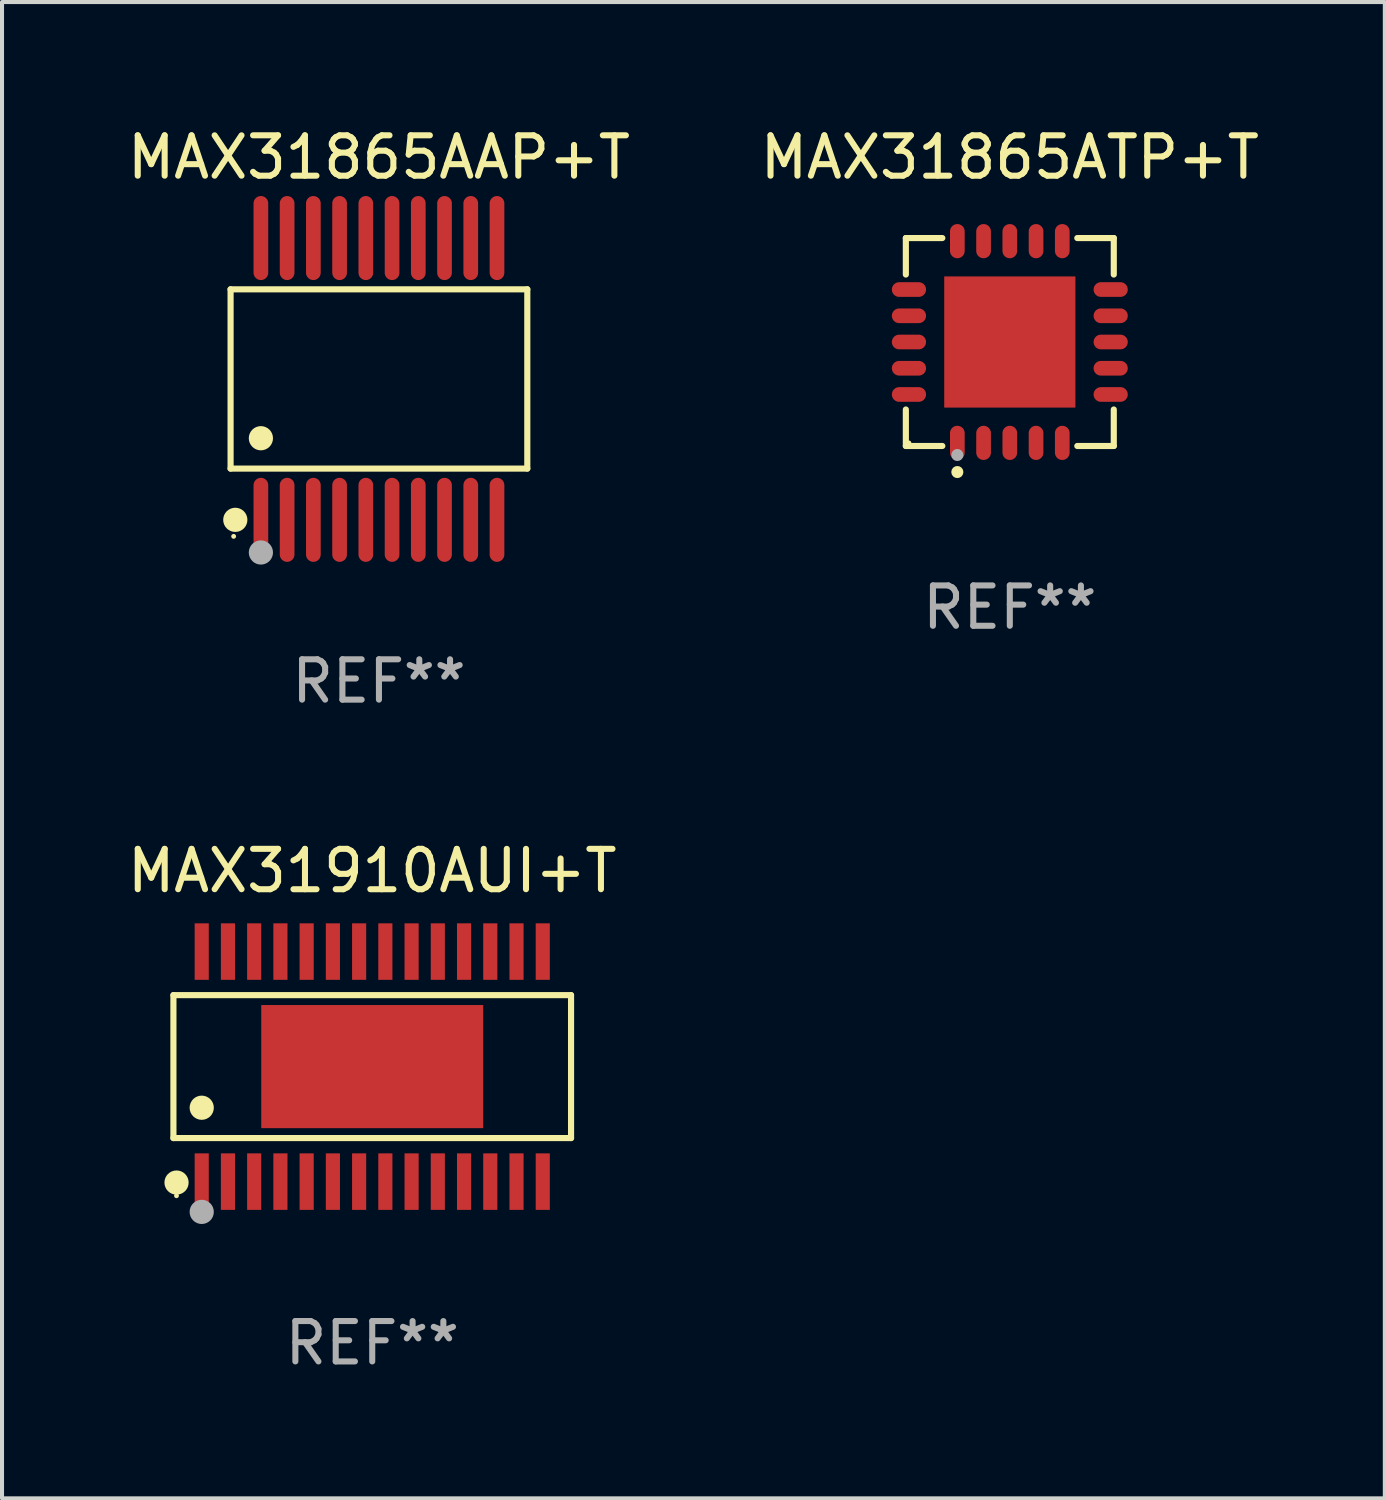
<source format=kicad_pcb>
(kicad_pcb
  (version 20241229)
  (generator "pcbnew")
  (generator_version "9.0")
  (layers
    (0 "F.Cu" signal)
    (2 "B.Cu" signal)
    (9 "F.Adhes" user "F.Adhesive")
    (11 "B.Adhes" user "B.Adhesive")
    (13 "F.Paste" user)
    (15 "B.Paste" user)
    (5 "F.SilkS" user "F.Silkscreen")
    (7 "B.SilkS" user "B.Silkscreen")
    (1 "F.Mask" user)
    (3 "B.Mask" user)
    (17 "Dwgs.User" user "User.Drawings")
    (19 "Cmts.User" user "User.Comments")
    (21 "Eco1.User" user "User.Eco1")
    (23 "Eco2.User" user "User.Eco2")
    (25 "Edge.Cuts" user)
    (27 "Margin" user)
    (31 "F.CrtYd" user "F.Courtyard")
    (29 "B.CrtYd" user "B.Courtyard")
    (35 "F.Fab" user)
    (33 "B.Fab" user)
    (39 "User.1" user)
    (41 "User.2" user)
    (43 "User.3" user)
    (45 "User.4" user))
  (footprint "MAX31910AUI+T"
    (layer "F.Cu")
    (at 6.173 23.377)
    (property "Reference" "MAX31910AUI+T" (at 0 -4.85 0) (layer "F.SilkS") (effects (font (size 1 1) (thickness 0.15))))
    (attr through_hole)
    (fp_line (start -4.926 -1.771) (end 4.926 -1.771) (stroke (width 0.152) (type solid)) (layer "F.SilkS"))
    (fp_line (start -4.926 1.771) (end -4.926 -1.771) (stroke (width 0.152) (type solid)) (layer "F.SilkS"))
    (fp_line (start 4.926 -1.771) (end 4.926 1.771) (stroke (width 0.152) (type solid)) (layer "F.SilkS"))
    (fp_line (start 4.926 1.771) (end -4.926 1.771) (stroke (width 0.152) (type solid)) (layer "F.SilkS"))
    (fp_circle (center -4.85 3.2) (end -4.82 3.2) (stroke (width 0.06) (type solid)) (fill no) (layer "F.SilkS"))
    (fp_circle (center -4.849 2.873) (end -4.699 2.873) (stroke (width 0.3) (type solid)) (fill no) (layer "F.SilkS"))
    (fp_circle (center -4.225 1.019) (end -4.075 1.019) (stroke (width 0.3) (type solid)) (fill no) (layer "F.SilkS"))
    (fp_circle (center -4.225 3.6) (end -4.075 3.6) (stroke (width 0.3) (type solid)) (fill no) (layer "F.Fab"))
    (fp_text user "REF**" (at 0 6.85 0) (layer "F.Fab") (effects (font (size 1 1) (thickness 0.15))))
    (pad "1" smd rect (at -4.225 2.85) (size 0.35 1.4) (layers "F.Cu" "F.Mask" "F.Paste"))
    (pad "2" smd rect (at -3.575 2.85) (size 0.35 1.4) (layers "F.Cu" "F.Mask" "F.Paste"))
    (pad "3" smd rect (at -2.925 2.85) (size 0.35 1.4) (layers "F.Cu" "F.Mask" "F.Paste"))
    (pad "4" smd rect (at -2.275 2.85) (size 0.35 1.4) (layers "F.Cu" "F.Mask" "F.Paste"))
    (pad "5" smd rect (at -1.625 2.85) (size 0.35 1.4) (layers "F.Cu" "F.Mask" "F.Paste"))
    (pad "6" smd rect (at -0.975 2.85) (size 0.35 1.4) (layers "F.Cu" "F.Mask" "F.Paste"))
    (pad "7" smd rect (at -0.325 2.85) (size 0.35 1.4) (layers "F.Cu" "F.Mask" "F.Paste"))
    (pad "8" smd rect (at 0.325 2.85) (size 0.35 1.4) (layers "F.Cu" "F.Mask" "F.Paste"))
    (pad "9" smd rect (at 0.975 2.85) (size 0.35 1.4) (layers "F.Cu" "F.Mask" "F.Paste"))
    (pad "10" smd rect (at 1.625 2.85) (size 0.35 1.4) (layers "F.Cu" "F.Mask" "F.Paste"))
    (pad "11" smd rect (at 2.275 2.85) (size 0.35 1.4) (layers "F.Cu" "F.Mask" "F.Paste"))
    (pad "12" smd rect (at 2.925 2.85) (size 0.35 1.4) (layers "F.Cu" "F.Mask" "F.Paste"))
    (pad "13" smd rect (at 3.575 2.85) (size 0.35 1.4) (layers "F.Cu" "F.Mask" "F.Paste"))
    (pad "14" smd rect (at 4.225 2.85) (size 0.35 1.4) (layers "F.Cu" "F.Mask" "F.Paste"))
    (pad "15" smd rect (at 4.225 -2.85) (size 0.35 1.4) (layers "F.Cu" "F.Mask" "F.Paste"))
    (pad "16" smd rect (at 3.575 -2.85) (size 0.35 1.4) (layers "F.Cu" "F.Mask" "F.Paste"))
    (pad "17" smd rect (at 2.925 -2.85) (size 0.35 1.4) (layers "F.Cu" "F.Mask" "F.Paste"))
    (pad "18" smd rect (at 2.275 -2.85) (size 0.35 1.4) (layers "F.Cu" "F.Mask" "F.Paste"))
    (pad "19" smd rect (at 1.625 -2.85) (size 0.35 1.4) (layers "F.Cu" "F.Mask" "F.Paste"))
    (pad "20" smd rect (at 0.975 -2.85) (size 0.35 1.4) (layers "F.Cu" "F.Mask" "F.Paste"))
    (pad "21" smd rect (at 0.325 -2.85) (size 0.35 1.4) (layers "F.Cu" "F.Mask" "F.Paste"))
    (pad "22" smd rect (at -0.325 -2.85) (size 0.35 1.4) (layers "F.Cu" "F.Mask" "F.Paste"))
    (pad "23" smd rect (at -0.975 -2.85) (size 0.35 1.4) (layers "F.Cu" "F.Mask" "F.Paste"))
    (pad "24" smd rect (at -1.625 -2.85) (size 0.35 1.4) (layers "F.Cu" "F.Mask" "F.Paste"))
    (pad "25" smd rect (at -2.275 -2.85) (size 0.35 1.4) (layers "F.Cu" "F.Mask" "F.Paste"))
    (pad "26" smd rect (at -2.925 -2.85) (size 0.35 1.4) (layers "F.Cu" "F.Mask" "F.Paste"))
    (pad "27" smd rect (at -3.575 -2.85) (size 0.35 1.4) (layers "F.Cu" "F.Mask" "F.Paste"))
    (pad "28" smd rect (at -4.225 -2.85) (size 0.35 1.4) (layers "F.Cu" "F.Mask" "F.Paste"))
    (pad "29" smd rect (at 0 0) (size 5.5 3.05) (layers "F.Cu" "F.Mask" "F.Paste")))
  (footprint "MAX31865AAP+T"
    (layer "F.Cu")
    (at 6.339 6.339)
    (property "Reference" "MAX31865AAP+T" (at 0 -5.491 0) (layer "F.SilkS") (effects (font (size 1 1) (thickness 0.15))))
    (attr through_hole)
    (fp_line (start -3.676 -2.221) (end 3.676 -2.221) (stroke (width 0.152) (type solid)) (layer "F.SilkS"))
    (fp_line (start -3.676 2.221) (end -3.676 -2.221) (stroke (width 0.152) (type solid)) (layer "F.SilkS"))
    (fp_line (start 3.676 -2.221) (end 3.676 2.221) (stroke (width 0.152) (type solid)) (layer "F.SilkS"))
    (fp_line (start 3.676 2.221) (end -3.676 2.221) (stroke (width 0.152) (type solid)) (layer "F.SilkS"))
    (fp_circle (center -3.6 3.9) (end -3.57 3.9) (stroke (width 0.06) (type solid)) (fill no) (layer "F.SilkS"))
    (fp_circle (center -3.559 3.491) (end -3.409 3.491) (stroke (width 0.3) (type solid)) (fill no) (layer "F.SilkS"))
    (fp_circle (center -2.925 1.469) (end -2.775 1.469) (stroke (width 0.3) (type solid)) (fill no) (layer "F.SilkS"))
    (fp_circle (center -2.925 4.3) (end -2.775 4.3) (stroke (width 0.3) (type solid)) (fill no) (layer "F.Fab"))
    (fp_text user "REF**" (at 0 7.491 0) (layer "F.Fab") (effects (font (size 1 1) (thickness 0.15))))
    (pad "1" smd oval (at -2.925 3.491) (size 0.364 2.082) (layers "F.Cu" "F.Mask" "F.Paste"))
    (pad "2" smd oval (at -2.275 3.491) (size 0.364 2.082) (layers "F.Cu" "F.Mask" "F.Paste"))
    (pad "3" smd oval (at -1.625 3.491) (size 0.364 2.082) (layers "F.Cu" "F.Mask" "F.Paste"))
    (pad "4" smd oval (at -0.975 3.491) (size 0.364 2.082) (layers "F.Cu" "F.Mask" "F.Paste"))
    (pad "5" smd oval (at -0.325 3.491) (size 0.364 2.082) (layers "F.Cu" "F.Mask" "F.Paste"))
    (pad "6" smd oval (at 0.325 3.491) (size 0.364 2.082) (layers "F.Cu" "F.Mask" "F.Paste"))
    (pad "7" smd oval (at 0.975 3.491) (size 0.364 2.082) (layers "F.Cu" "F.Mask" "F.Paste"))
    (pad "8" smd oval (at 1.625 3.491) (size 0.364 2.082) (layers "F.Cu" "F.Mask" "F.Paste"))
    (pad "9" smd oval (at 2.275 3.491) (size 0.364 2.082) (layers "F.Cu" "F.Mask" "F.Paste"))
    (pad "10" smd oval (at 2.925 3.491) (size 0.364 2.082) (layers "F.Cu" "F.Mask" "F.Paste"))
    (pad "11" smd oval (at 2.925 -3.491) (size 0.364 2.082) (layers "F.Cu" "F.Mask" "F.Paste"))
    (pad "12" smd oval (at 2.275 -3.491) (size 0.364 2.082) (layers "F.Cu" "F.Mask" "F.Paste"))
    (pad "13" smd oval (at 1.625 -3.491) (size 0.364 2.082) (layers "F.Cu" "F.Mask" "F.Paste"))
    (pad "14" smd oval (at 0.975 -3.491) (size 0.364 2.082) (layers "F.Cu" "F.Mask" "F.Paste"))
    (pad "15" smd oval (at 0.325 -3.491) (size 0.364 2.082) (layers "F.Cu" "F.Mask" "F.Paste"))
    (pad "16" smd oval (at -0.325 -3.491) (size 0.364 2.082) (layers "F.Cu" "F.Mask" "F.Paste"))
    (pad "17" smd oval (at -0.975 -3.491) (size 0.364 2.082) (layers "F.Cu" "F.Mask" "F.Paste"))
    (pad "18" smd oval (at -1.625 -3.491) (size 0.364 2.082) (layers "F.Cu" "F.Mask" "F.Paste"))
    (pad "19" smd oval (at -2.275 -3.491) (size 0.364 2.082) (layers "F.Cu" "F.Mask" "F.Paste"))
    (pad "20" smd oval (at -2.925 -3.491) (size 0.364 2.082) (layers "F.Cu" "F.Mask" "F.Paste")))
  (footprint "MAX31865ATP+T"
    (layer "F.Cu")
    (at 21.97 5.424)
    (property "Reference" "MAX31865ATP+T" (at 0 -4.576 0) (layer "F.SilkS") (effects (font (size 1 1) (thickness 0.15))))
    (attr through_hole)
    (fp_line (start -2.576 -2.576) (end -1.672 -2.576) (stroke (width 0.152) (type solid)) (layer "F.SilkS"))
    (fp_line (start -2.576 -1.672) (end -2.576 -2.576) (stroke (width 0.152) (type solid)) (layer "F.SilkS"))
    (fp_line (start -2.576 1.672) (end -2.576 2.576) (stroke (width 0.152) (type solid)) (layer "F.SilkS"))
    (fp_line (start -2.576 2.576) (end -1.672 2.576) (stroke (width 0.152) (type solid)) (layer "F.SilkS"))
    (fp_line (start 2.576 -2.576) (end 1.672 -2.576) (stroke (width 0.152) (type solid)) (layer "F.SilkS"))
    (fp_line (start 2.576 -1.672) (end 2.576 -2.576) (stroke (width 0.152) (type solid)) (layer "F.SilkS"))
    (fp_line (start 2.576 1.672) (end 2.576 2.576) (stroke (width 0.152) (type solid)) (layer "F.SilkS"))
    (fp_line (start 2.576 2.576) (end 1.672 2.576) (stroke (width 0.152) (type solid)) (layer "F.SilkS"))
    (fp_circle (center -2.5 2.5) (end -2.47 2.5) (stroke (width 0.06) (type solid)) (fill no) (layer "F.SilkS"))
    (fp_circle (center -1.3 3.222) (end -1.225 3.222) (stroke (width 0.15) (type solid)) (fill no) (layer "F.SilkS"))
    (fp_circle (center -1.3 2.8) (end -1.225 2.8) (stroke (width 0.15) (type solid)) (fill no) (layer "F.Fab"))
    (fp_text user "REF**" (at 0 6.576 0) (layer "F.Fab") (effects (font (size 1 1) (thickness 0.15))))
    (pad "1" smd oval (at -1.3 2.499) (size 0.364 0.847) (layers "F.Cu" "F.Mask" "F.Paste"))
    (pad "2" smd oval (at -0.65 2.499) (size 0.364 0.847) (layers "F.Cu" "F.Mask" "F.Paste"))
    (pad "3" smd oval (at 0 2.499) (size 0.364 0.847) (layers "F.Cu" "F.Mask" "F.Paste"))
    (pad "4" smd oval (at 0.65 2.499) (size 0.364 0.847) (layers "F.Cu" "F.Mask" "F.Paste"))
    (pad "5" smd oval (at 1.3 2.499) (size 0.364 0.847) (layers "F.Cu" "F.Mask" "F.Paste"))
    (pad "6" smd oval (at 2.499 1.3) (size 0.847 0.364) (layers "F.Cu" "F.Mask" "F.Paste"))
    (pad "7" smd oval (at 2.499 0.65) (size 0.847 0.364) (layers "F.Cu" "F.Mask" "F.Paste"))
    (pad "8" smd oval (at 2.499 0) (size 0.847 0.364) (layers "F.Cu" "F.Mask" "F.Paste"))
    (pad "9" smd oval (at 2.499 -0.65) (size 0.847 0.364) (layers "F.Cu" "F.Mask" "F.Paste"))
    (pad "10" smd oval (at 2.499 -1.3) (size 0.847 0.364) (layers "F.Cu" "F.Mask" "F.Paste"))
    (pad "11" smd oval (at 1.3 -2.499) (size 0.364 0.847) (layers "F.Cu" "F.Mask" "F.Paste"))
    (pad "12" smd oval (at 0.65 -2.499) (size 0.364 0.847) (layers "F.Cu" "F.Mask" "F.Paste"))
    (pad "13" smd oval (at 0 -2.499) (size 0.364 0.847) (layers "F.Cu" "F.Mask" "F.Paste"))
    (pad "14" smd oval (at -0.65 -2.499) (size 0.364 0.847) (layers "F.Cu" "F.Mask" "F.Paste"))
    (pad "15" smd oval (at -1.3 -2.499) (size 0.364 0.847) (layers "F.Cu" "F.Mask" "F.Paste"))
    (pad "16" smd oval (at -2.499 -1.3) (size 0.847 0.364) (layers "F.Cu" "F.Mask" "F.Paste"))
    (pad "17" smd oval (at -2.499 -0.65) (size 0.847 0.364) (layers "F.Cu" "F.Mask" "F.Paste"))
    (pad "18" smd oval (at -2.499 0) (size 0.847 0.364) (layers "F.Cu" "F.Mask" "F.Paste"))
    (pad "19" smd oval (at -2.499 0.65) (size 0.847 0.364) (layers "F.Cu" "F.Mask" "F.Paste"))
    (pad "20" smd oval (at -2.499 1.3) (size 0.847 0.364) (layers "F.Cu" "F.Mask" "F.Paste"))
    (pad "21" smd rect (at 0 0) (size 3.25 3.25) (layers "F.Cu" "F.Mask" "F.Paste")))
  (gr_rect
    (start -3 -3)
    (end 31.262 34.075)
    (stroke (width 0.1) (type default))
    (fill no)
    (layer "Edge.Cuts")))
</source>
